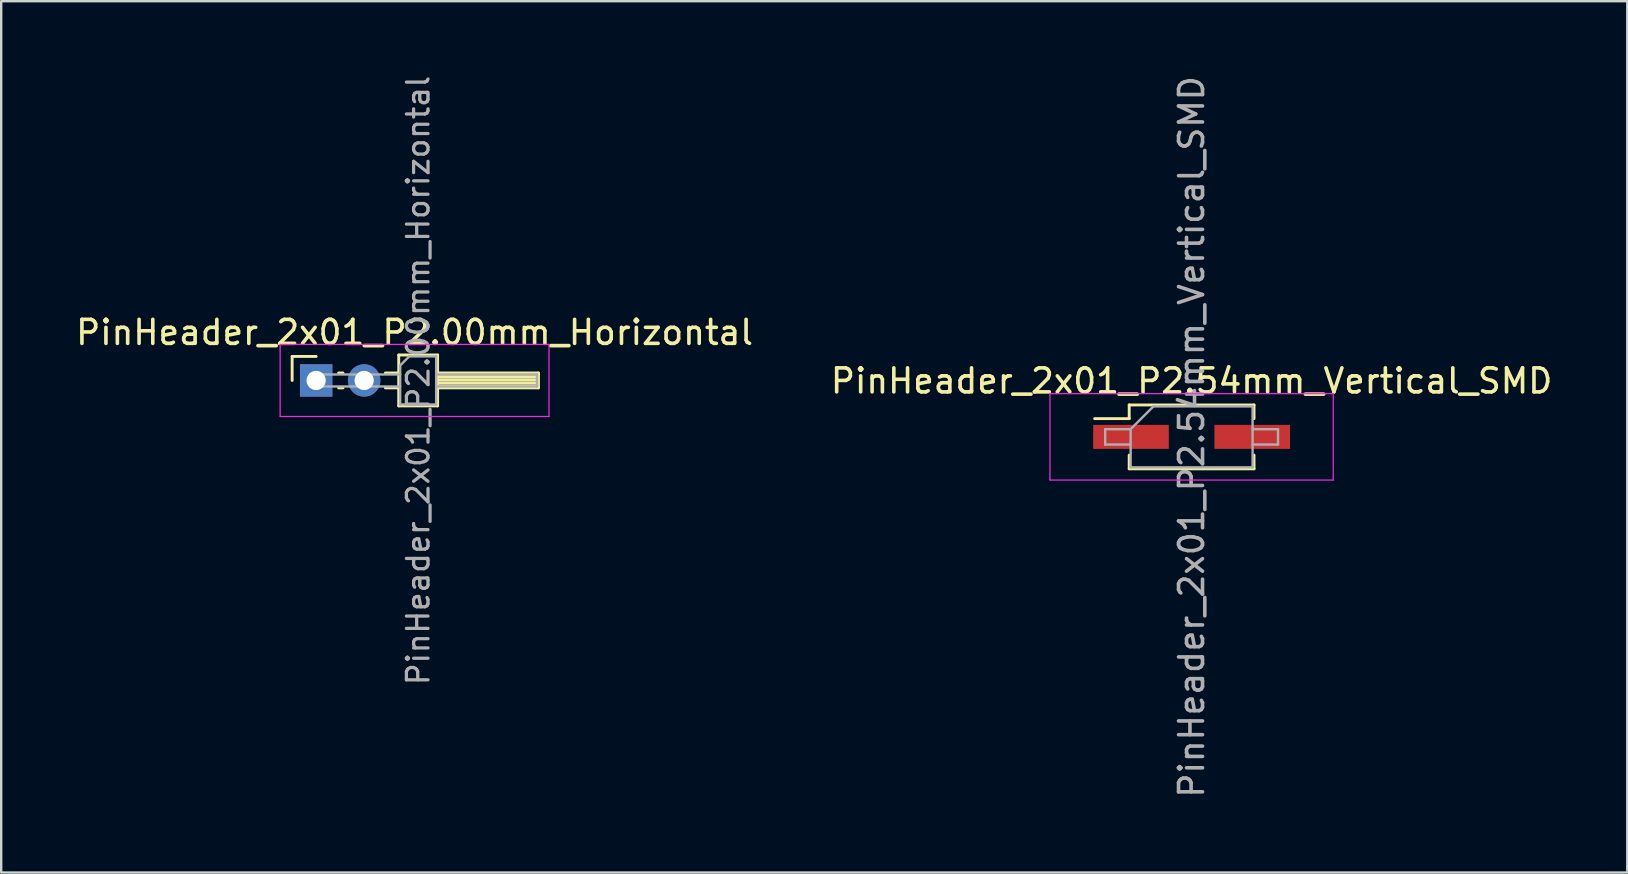
<source format=kicad_pcb>
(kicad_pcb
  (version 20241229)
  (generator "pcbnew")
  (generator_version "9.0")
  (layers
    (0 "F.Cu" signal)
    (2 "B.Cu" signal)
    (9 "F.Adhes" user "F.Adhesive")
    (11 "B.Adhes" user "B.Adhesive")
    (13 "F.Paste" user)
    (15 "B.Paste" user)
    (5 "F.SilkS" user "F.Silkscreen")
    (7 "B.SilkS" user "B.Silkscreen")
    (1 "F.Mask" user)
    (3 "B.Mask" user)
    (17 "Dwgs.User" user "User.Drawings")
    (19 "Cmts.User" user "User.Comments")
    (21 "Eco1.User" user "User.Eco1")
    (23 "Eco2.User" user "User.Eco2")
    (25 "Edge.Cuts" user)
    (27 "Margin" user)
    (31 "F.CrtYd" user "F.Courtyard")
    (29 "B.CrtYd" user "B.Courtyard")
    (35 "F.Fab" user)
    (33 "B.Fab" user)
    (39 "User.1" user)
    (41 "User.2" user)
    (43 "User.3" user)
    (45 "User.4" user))
  (footprint "PinHeader_2x01_P2.00mm_Horizontal"
    (layer "F.Cu")
    (at 10.12 12.798)
    (property "Reference" "PinHeader_2x01_P2.00mm_Horizontal" (at 4.1 -2 0) (layer "F.SilkS") (effects (font (size 1 1) (thickness 0.15))))
    (attr through_hole)
    (fp_line (start -1 -1) (end 0 -1) (stroke (width 0.12) (type solid)) (layer "F.SilkS"))
    (fp_line (start -1 0) (end -1 -1) (stroke (width 0.12) (type solid)) (layer "F.SilkS"))
    (fp_line (start 0.935 -0.31) (end 1.118 -0.31) (stroke (width 0.12) (type solid)) (layer "F.SilkS"))
    (fp_line (start 0.935 0.31) (end 1.118 0.31) (stroke (width 0.12) (type solid)) (layer "F.SilkS"))
    (fp_line (start 2.882 -0.31) (end 3.44 -0.31) (stroke (width 0.12) (type solid)) (layer "F.SilkS"))
    (fp_line (start 2.882 0.31) (end 3.44 0.31) (stroke (width 0.12) (type solid)) (layer "F.SilkS"))
    (fp_line (start 3.44 -1.06) (end 3.44 1.06) (stroke (width 0.12) (type solid)) (layer "F.SilkS"))
    (fp_line (start 3.44 1.06) (end 5.06 1.06) (stroke (width 0.12) (type solid)) (layer "F.SilkS"))
    (fp_line (start 5.06 -1.06) (end 3.44 -1.06) (stroke (width 0.12) (type solid)) (layer "F.SilkS"))
    (fp_line (start 5.06 -0.31) (end 9.26 -0.31) (stroke (width 0.12) (type solid)) (layer "F.SilkS"))
    (fp_line (start 5.06 -0.25) (end 9.26 -0.25) (stroke (width 0.12) (type solid)) (layer "F.SilkS"))
    (fp_line (start 5.06 -0.13) (end 9.26 -0.13) (stroke (width 0.12) (type solid)) (layer "F.SilkS"))
    (fp_line (start 5.06 -0.01) (end 9.26 -0.01) (stroke (width 0.12) (type solid)) (layer "F.SilkS"))
    (fp_line (start 5.06 0.11) (end 9.26 0.11) (stroke (width 0.12) (type solid)) (layer "F.SilkS"))
    (fp_line (start 5.06 0.23) (end 9.26 0.23) (stroke (width 0.12) (type solid)) (layer "F.SilkS"))
    (fp_line (start 5.06 1.06) (end 5.06 -1.06) (stroke (width 0.12) (type solid)) (layer "F.SilkS"))
    (fp_line (start 9.26 -0.31) (end 9.26 0.31) (stroke (width 0.12) (type solid)) (layer "F.SilkS"))
    (fp_line (start 9.26 0.31) (end 5.06 0.31) (stroke (width 0.12) (type solid)) (layer "F.SilkS"))
    (fp_line (start -1.5 -1.5) (end -1.5 1.5) (stroke (width 0.05) (type solid)) (layer "F.CrtYd"))
    (fp_line (start -1.5 1.5) (end 9.7 1.5) (stroke (width 0.05) (type solid)) (layer "F.CrtYd"))
    (fp_line (start 9.7 -1.5) (end -1.5 -1.5) (stroke (width 0.05) (type solid)) (layer "F.CrtYd"))
    (fp_line (start 9.7 1.5) (end 9.7 -1.5) (stroke (width 0.05) (type solid)) (layer "F.CrtYd"))
    (fp_line (start -0.25 -0.25) (end -0.25 0.25) (stroke (width 0.1) (type solid)) (layer "F.Fab"))
    (fp_line (start -0.25 -0.25) (end 3.5 -0.25) (stroke (width 0.1) (type solid)) (layer "F.Fab"))
    (fp_line (start -0.25 0.25) (end 3.5 0.25) (stroke (width 0.1) (type solid)) (layer "F.Fab"))
    (fp_line (start 3.5 -0.625) (end 3.875 -1) (stroke (width 0.1) (type solid)) (layer "F.Fab"))
    (fp_line (start 3.5 1) (end 3.5 -0.625) (stroke (width 0.1) (type solid)) (layer "F.Fab"))
    (fp_line (start 3.875 -1) (end 5 -1) (stroke (width 0.1) (type solid)) (layer "F.Fab"))
    (fp_line (start 5 -1) (end 5 1) (stroke (width 0.1) (type solid)) (layer "F.Fab"))
    (fp_line (start 5 -0.25) (end 9.2 -0.25) (stroke (width 0.1) (type solid)) (layer "F.Fab"))
    (fp_line (start 5 0.25) (end 9.2 0.25) (stroke (width 0.1) (type solid)) (layer "F.Fab"))
    (fp_line (start 5 1) (end 3.5 1) (stroke (width 0.1) (type solid)) (layer "F.Fab"))
    (fp_line (start 9.2 -0.25) (end 9.2 0.25) (stroke (width 0.1) (type solid)) (layer "F.Fab"))
    (fp_text user "${REFERENCE}" (at 4.25 0 90) (layer "F.Fab") (effects (font (size 0.9 0.9) (thickness 0.135))))
    (pad "1" thru_hole rect (at 0 0) (size 1.35 1.35) (drill 0.8) (layers "*.Cu" "*.Mask"))
    (pad "2" thru_hole oval (at 2 0) (size 1.35 1.35) (drill 0.8) (layers "*.Cu" "*.Mask")))
  (footprint "PinHeader_2x01_P2.54mm_Vertical_SMD"
    (layer "F.Cu")
    (at 46.589 15.149)
    (property "Reference" "PinHeader_2x01_P2.54mm_Vertical_SMD" (at 0 -2.33 0) (layer "F.SilkS") (effects (font (size 1 1) (thickness 0.15))))
    (attr smd)
    (fp_line (start -4.04 -0.76) (end -2.6 -0.76) (stroke (width 0.12) (type solid)) (layer "F.SilkS"))
    (fp_line (start -2.6 -1.33) (end -2.6 -0.76) (stroke (width 0.12) (type solid)) (layer "F.SilkS"))
    (fp_line (start -2.6 -1.33) (end 2.6 -1.33) (stroke (width 0.12) (type solid)) (layer "F.SilkS"))
    (fp_line (start -2.6 0.76) (end -2.6 1.33) (stroke (width 0.12) (type solid)) (layer "F.SilkS"))
    (fp_line (start -2.6 1.33) (end 2.6 1.33) (stroke (width 0.12) (type solid)) (layer "F.SilkS"))
    (fp_line (start 2.6 -1.33) (end 2.6 -0.76) (stroke (width 0.12) (type solid)) (layer "F.SilkS"))
    (fp_line (start 2.6 0.76) (end 2.6 1.33) (stroke (width 0.12) (type solid)) (layer "F.SilkS"))
    (fp_line (start -5.9 -1.8) (end -5.9 1.8) (stroke (width 0.05) (type solid)) (layer "F.CrtYd"))
    (fp_line (start -5.9 1.8) (end 5.9 1.8) (stroke (width 0.05) (type solid)) (layer "F.CrtYd"))
    (fp_line (start 5.9 -1.8) (end -5.9 -1.8) (stroke (width 0.05) (type solid)) (layer "F.CrtYd"))
    (fp_line (start 5.9 1.8) (end 5.9 -1.8) (stroke (width 0.05) (type solid)) (layer "F.CrtYd"))
    (fp_line (start -3.6 -0.32) (end -3.6 0.32) (stroke (width 0.1) (type solid)) (layer "F.Fab"))
    (fp_line (start -3.6 0.32) (end -2.54 0.32) (stroke (width 0.1) (type solid)) (layer "F.Fab"))
    (fp_line (start -2.54 -0.32) (end -3.6 -0.32) (stroke (width 0.1) (type solid)) (layer "F.Fab"))
    (fp_line (start -2.54 -0.32) (end -1.59 -1.27) (stroke (width 0.1) (type solid)) (layer "F.Fab"))
    (fp_line (start -2.54 1.27) (end -2.54 -0.32) (stroke (width 0.1) (type solid)) (layer "F.Fab"))
    (fp_line (start -1.59 -1.27) (end 2.54 -1.27) (stroke (width 0.1) (type solid)) (layer "F.Fab"))
    (fp_line (start 2.54 -1.27) (end 2.54 1.27) (stroke (width 0.1) (type solid)) (layer "F.Fab"))
    (fp_line (start 2.54 -0.32) (end 3.6 -0.32) (stroke (width 0.1) (type solid)) (layer "F.Fab"))
    (fp_line (start 2.54 1.27) (end -2.54 1.27) (stroke (width 0.1) (type solid)) (layer "F.Fab"))
    (fp_line (start 3.6 -0.32) (end 3.6 0.32) (stroke (width 0.1) (type solid)) (layer "F.Fab"))
    (fp_line (start 3.6 0.32) (end 2.54 0.32) (stroke (width 0.1) (type solid)) (layer "F.Fab"))
    (fp_text user "${REFERENCE}" (at 0 0 90) (layer "F.Fab") (effects (font (size 1 1) (thickness 0.15))))
    (pad "1" smd rect (at -2.525 0) (size 3.15 1) (layers "F.Cu" "F.Mask" "F.Paste"))
    (pad "2" smd rect (at 2.525 0) (size 3.15 1) (layers "F.Cu" "F.Mask" "F.Paste")))
  (gr_rect
    (start -3 -3)
    (end 64.738 33.298)
    (stroke (width 0.1) (type default))
    (fill no)
    (layer "Edge.Cuts")))
</source>
